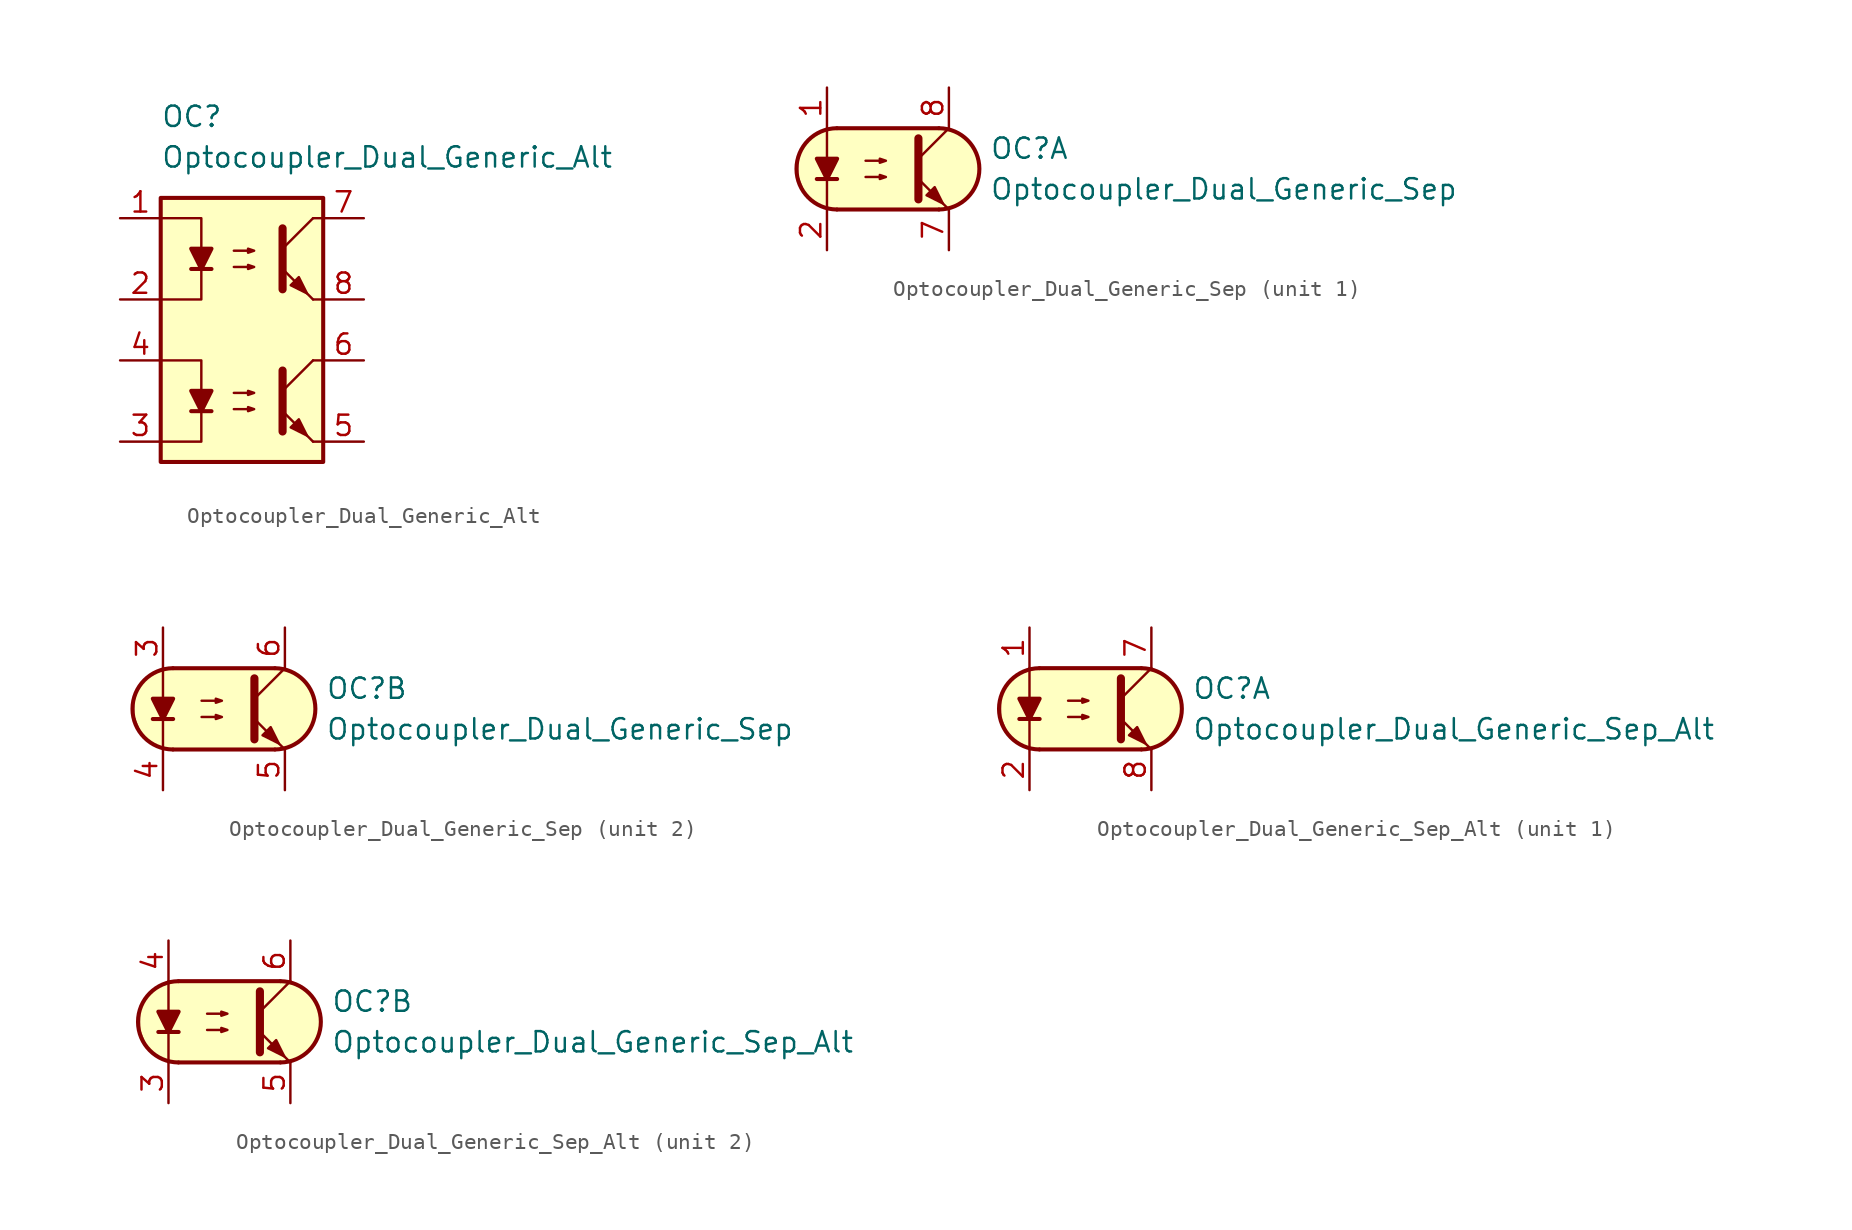
<source format=kicad_sym>
(kicad_symbol_lib
  (version 20211014)
  (generator kicad_symbol_editor)
  (symbol "Optocoupler_AKL:Optocoupler_Dual_Generic_Alt"
    (pin_names
      (offset 1.016))
    (property "Reference" "OC"
      (at -5.08 8.89 0)
      (effects (font (size 1.27 1.27)) (justify left)))
    (property "Value" "Optocoupler_Dual_Generic_Alt"
      (at -5.08 6.35 0)
      (effects (font (size 1.27 1.27)) (justify left)))
    (symbol "Optocoupler_Dual_Generic_Alt_0_1"
      (rectangle (start -5.08 3.81) (end 5.08 -12.7) (stroke (width 0.254) (type default) (color 0 0 0 0)) (fill (type background)))
      (polyline (pts (xy -3.175 -0.635) (xy -1.905 -0.635)) (stroke (width 0.254) (type default) (color 0 0 0 0)) (fill (type none)))
      (polyline (pts (xy 2.54 0.635) (xy 4.445 2.54)) (stroke (width 0) (type default) (color 0 0 0 0)) (fill (type none)))
      (polyline (pts (xy 4.445 -2.54) (xy 2.54 -0.635)) (stroke (width 0) (type default) (color 0 0 0 0)) (fill (type outline)))
      (polyline (pts (xy 4.445 -2.54) (xy 5.08 -2.54)) (stroke (width 0) (type default) (color 0 0 0 0)) (fill (type none)))
      (polyline (pts (xy 4.445 2.54) (xy 5.08 2.54)) (stroke (width 0) (type default) (color 0 0 0 0)) (fill (type none)))
      (polyline (pts (xy -5.08 2.54) (xy -2.54 2.54) (xy -2.54 -0.635)) (stroke (width 0) (type default) (color 0 0 0 0)) (fill (type none)))
      (polyline (pts (xy -2.54 -0.635) (xy -2.54 -2.54) (xy -5.08 -2.54)) (stroke (width 0) (type default) (color 0 0 0 0)) (fill (type none)))
      (polyline (pts (xy 2.54 1.905) (xy 2.54 -1.905) (xy 2.54 -1.905)) (stroke (width 0.508) (type default) (color 0 0 0 0)) (fill (type none)))
      (polyline (pts (xy -2.54 -0.635) (xy -3.175 0.635) (xy -1.905 0.635) (xy -2.54 -0.635)) (stroke (width 0.254) (type default) (color 0 0 0 0)) (fill (type outline)))
      (polyline (pts (xy -0.508 -0.508) (xy 0.762 -0.508) (xy 0.381 -0.635) (xy 0.381 -0.381) (xy 0.762 -0.508)) (stroke (width 0) (type default) (color 0 0 0 0)) (fill (type none)))
      (polyline (pts (xy -0.508 0.508) (xy 0.762 0.508) (xy 0.381 0.381) (xy 0.381 0.635) (xy 0.762 0.508)) (stroke (width 0) (type default) (color 0 0 0 0)) (fill (type none)))
      (polyline (pts (xy 3.048 -1.651) (xy 3.556 -1.143) (xy 4.064 -2.159) (xy 3.048 -1.651) (xy 3.048 -1.651)) (stroke (width 0) (type default) (color 0 0 0 0)) (fill (type outline))))
    (symbol "Optocoupler_Dual_Generic_Alt_1_1"
      (polyline (pts (xy -3.175 -9.525) (xy -1.905 -9.525)) (stroke (width 0.254) (type default) (color 0 0 0 0)) (fill (type none)))
      (polyline (pts (xy 2.54 -8.255) (xy 4.445 -6.35)) (stroke (width 0) (type default) (color 0 0 0 0)) (fill (type none)))
      (polyline (pts (xy 4.445 -11.43) (xy 2.54 -9.525)) (stroke (width 0) (type default) (color 0 0 0 0)) (fill (type outline)))
      (polyline (pts (xy 4.445 -11.43) (xy 5.08 -11.43)) (stroke (width 0) (type default) (color 0 0 0 0)) (fill (type none)))
      (polyline (pts (xy 4.445 -6.35) (xy 5.08 -6.35)) (stroke (width 0) (type default) (color 0 0 0 0)) (fill (type none)))
      (polyline (pts (xy -5.08 -6.35) (xy -2.54 -6.35) (xy -2.54 -9.525)) (stroke (width 0) (type default) (color 0 0 0 0)) (fill (type none)))
      (polyline (pts (xy -2.54 -9.525) (xy -2.54 -11.43) (xy -5.08 -11.43)) (stroke (width 0) (type default) (color 0 0 0 0)) (fill (type none)))
      (polyline (pts (xy 2.54 -6.985) (xy 2.54 -10.795) (xy 2.54 -10.795)) (stroke (width 0.508) (type default) (color 0 0 0 0)) (fill (type none)))
      (polyline (pts (xy -2.54 -9.525) (xy -3.175 -8.255) (xy -1.905 -8.255) (xy -2.54 -9.525)) (stroke (width 0.254) (type default) (color 0 0 0 0)) (fill (type outline)))
      (polyline (pts (xy -0.508 -9.398) (xy 0.762 -9.398) (xy 0.381 -9.525) (xy 0.381 -9.271) (xy 0.762 -9.398)) (stroke (width 0) (type default) (color 0 0 0 0)) (fill (type none)))
      (polyline (pts (xy -0.508 -8.382) (xy 0.762 -8.382) (xy 0.381 -8.509) (xy 0.381 -8.255) (xy 0.762 -8.382)) (stroke (width 0) (type default) (color 0 0 0 0)) (fill (type none)))
      (polyline (pts (xy 3.048 -10.541) (xy 3.556 -10.033) (xy 4.064 -11.049) (xy 3.048 -10.541) (xy 3.048 -10.541)) (stroke (width 0) (type default) (color 0 0 0 0)) (fill (type outline)))
      (pin passive line (at -7.62 2.54 0) (length 2.54) (name "~" (effects (font (size 1.27 1.27)))) (number "1" (effects (font (size 1.27 1.27)))))
      (pin passive line (at -7.62 -2.54 0) (length 2.54) (name "~" (effects (font (size 1.27 1.27)))) (number "2" (effects (font (size 1.27 1.27)))))
      (pin passive line (at -7.62 -11.43 0) (length 2.54) (name "~" (effects (font (size 1.27 1.27)))) (number "3" (effects (font (size 1.27 1.27)))))
      (pin passive line (at -7.62 -6.35 0) (length 2.54) (name "~" (effects (font (size 1.27 1.27)))) (number "4" (effects (font (size 1.27 1.27)))))
      (pin passive line (at 7.62 -11.43 180) (length 2.54) (name "~" (effects (font (size 1.27 1.27)))) (number "5" (effects (font (size 1.27 1.27)))))
      (pin passive line (at 7.62 -6.35 180) (length 2.54) (name "~" (effects (font (size 1.27 1.27)))) (number "6" (effects (font (size 1.27 1.27)))))
      (pin passive line (at 7.62 2.54 180) (length 2.54) (name "~" (effects (font (size 1.27 1.27)))) (number "7" (effects (font (size 1.27 1.27)))))
      (pin passive line (at 7.62 -2.54 180) (length 2.54) (name "~" (effects (font (size 1.27 1.27)))) (number "8" (effects (font (size 1.27 1.27)))))))
  (symbol "Optocoupler_AKL:Optocoupler_Dual_Generic_Sep"
    (pin_names
      (offset 1.016))
    (property "Reference" "OC"
      (at 6.35 1.27 0)
      (effects (font (size 1.27 1.27)) (justify left)))
    (property "Value" "Optocoupler_Dual_Generic_Sep"
      (at 6.35 -1.27 0)
      (effects (font (size 1.27 1.27)) (justify left)))
    (property "ki_locked" ""
      (at 0 0 0)
      (effects (font (size 1.27 1.27))))
    (symbol "Optocoupler_Dual_Generic_Sep_0_1"
      (arc (start -3.1975 2.54) (mid -5.7151 0) (end -3.1975 -2.54) (stroke (width 0.254) (type default) (color 0 0 0 0)) (fill (type none)))
      (polyline (pts (xy -4.445 -0.635) (xy -3.175 -0.635)) (stroke (width 0.254) (type default) (color 0 0 0 0)) (fill (type none)))
      (polyline (pts (xy -3.175 2.54) (xy 3.175 2.54)) (stroke (width 0.254) (type default) (color 0 0 0 0)) (fill (type none)))
      (polyline (pts (xy 1.905 0.635) (xy 3.81 2.54)) (stroke (width 0) (type default) (color 0 0 0 0)) (fill (type none)))
      (polyline (pts (xy 3.175 -2.54) (xy -3.175 -2.54)) (stroke (width 0.254) (type default) (color 0 0 0 0)) (fill (type none)))
      (polyline (pts (xy 3.81 -2.54) (xy 1.905 -0.635)) (stroke (width 0) (type default) (color 0 0 0 0)) (fill (type outline)))
      (polyline (pts (xy -3.81 -2.54) (xy -3.81 -1.27) (xy -3.81 2.54)) (stroke (width 0.152) (type default) (color 0 0 0 0)) (fill (type none)))
      (polyline (pts (xy 1.905 1.905) (xy 1.905 -1.905) (xy 1.905 -1.905)) (stroke (width 0.508) (type default) (color 0 0 0 0)) (fill (type none)))
      (polyline (pts (xy -3.81 -0.635) (xy -4.445 0.635) (xy -3.175 0.635) (xy -3.81 -0.635)) (stroke (width 0.254) (type default) (color 0 0 0 0)) (fill (type outline)))
      (polyline (pts (xy -1.397 -0.508) (xy -0.127 -0.508) (xy -0.508 -0.635) (xy -0.508 -0.381) (xy -0.127 -0.508)) (stroke (width 0) (type default) (color 0 0 0 0)) (fill (type none)))
      (polyline (pts (xy -1.397 0.508) (xy -0.127 0.508) (xy -0.508 0.381) (xy -0.508 0.635) (xy -0.127 0.508)) (stroke (width 0) (type default) (color 0 0 0 0)) (fill (type none)))
      (polyline (pts (xy 2.413 -1.651) (xy 2.921 -1.143) (xy 3.429 -2.159) (xy 2.413 -1.651) (xy 2.413 -1.651)) (stroke (width 0) (type default) (color 0 0 0 0)) (fill (type outline)))
      (polyline (pts (xy -2.54 2.54) (xy 3.429 2.54) (xy 4.318 2.286) (xy 4.699 2.032) (xy 5.08 1.651) (xy 5.461 1.016) (xy 5.715 0.381) (xy 5.715 -0.381) (xy 5.461 -1.143) (xy 4.826 -1.905) (xy 4.191 -2.286) (xy 3.302 -2.54) (xy -3.81 -2.54) (xy -3.81 -2.54) (xy -4.572 -2.032) (xy -5.08 -1.778) (xy -5.588 -0.508) (xy -5.588 0.254) (xy -5.588 1.016) (xy -5.08 1.778) (xy -4.318 2.286) (xy -3.556 2.54) (xy -2.54 2.54)) (stroke (width 0.01) (type default) (color 0 0 0 0)) (fill (type background)))
      (arc (start 3.1975 -2.54) (mid 5.7151 0) (end 3.1975 2.54) (stroke (width 0.254) (type default) (color 0 0 0 0)) (fill (type none))))
    (symbol "Optocoupler_Dual_Generic_Sep_1_1"
      (pin passive line (at -3.81 5.08 270) (length 2.54) (name "~" (effects (font (size 1.27 1.27)))) (number "1" (effects (font (size 1.27 1.27)))))
      (pin passive line (at -3.81 -5.08 90) (length 2.54) (name "~" (effects (font (size 1.27 1.27)))) (number "2" (effects (font (size 1.27 1.27)))))
      (pin passive line (at 3.81 -5.08 90) (length 2.54) (name "~" (effects (font (size 1.27 1.27)))) (number "7" (effects (font (size 1.27 1.27)))))
      (pin passive line (at 3.81 5.08 270) (length 2.54) (name "~" (effects (font (size 1.27 1.27)))) (number "8" (effects (font (size 1.27 1.27))))))
    (symbol "Optocoupler_Dual_Generic_Sep_2_1"
      (pin passive line (at -3.81 5.08 270) (length 2.54) (name "~" (effects (font (size 1.27 1.27)))) (number "3" (effects (font (size 1.27 1.27)))))
      (pin passive line (at -3.81 -5.08 90) (length 2.54) (name "~" (effects (font (size 1.27 1.27)))) (number "4" (effects (font (size 1.27 1.27)))))
      (pin passive line (at 3.81 -5.08 90) (length 2.54) (name "~" (effects (font (size 1.27 1.27)))) (number "5" (effects (font (size 1.27 1.27)))))
      (pin passive line (at 3.81 5.08 270) (length 2.54) (name "~" (effects (font (size 1.27 1.27)))) (number "6" (effects (font (size 1.27 1.27)))))))
  (symbol "Optocoupler_AKL:Optocoupler_Dual_Generic_Sep_Alt"
    (pin_names
      (offset 1.016))
    (property "Reference" "OC"
      (at 6.35 1.27 0)
      (effects (font (size 1.27 1.27)) (justify left)))
    (property "Value" "Optocoupler_Dual_Generic_Sep_Alt"
      (at 6.35 -1.27 0)
      (effects (font (size 1.27 1.27)) (justify left)))
    (property "ki_locked" ""
      (at 0 0 0)
      (effects (font (size 1.27 1.27))))
    (symbol "Optocoupler_Dual_Generic_Sep_Alt_0_1"
      (arc (start -3.1975 2.54) (mid -5.7151 0) (end -3.1975 -2.54) (stroke (width 0.254) (type default) (color 0 0 0 0)) (fill (type none)))
      (polyline (pts (xy -4.445 -0.635) (xy -3.175 -0.635)) (stroke (width 0.254) (type default) (color 0 0 0 0)) (fill (type none)))
      (polyline (pts (xy -3.175 2.54) (xy 3.175 2.54)) (stroke (width 0.254) (type default) (color 0 0 0 0)) (fill (type none)))
      (polyline (pts (xy 1.905 0.635) (xy 3.81 2.54)) (stroke (width 0) (type default) (color 0 0 0 0)) (fill (type none)))
      (polyline (pts (xy 3.175 -2.54) (xy -3.175 -2.54)) (stroke (width 0.254) (type default) (color 0 0 0 0)) (fill (type none)))
      (polyline (pts (xy 3.81 -2.54) (xy 1.905 -0.635)) (stroke (width 0) (type default) (color 0 0 0 0)) (fill (type outline)))
      (polyline (pts (xy -3.81 -2.54) (xy -3.81 -1.27) (xy -3.81 2.54)) (stroke (width 0.152) (type default) (color 0 0 0 0)) (fill (type none)))
      (polyline (pts (xy 1.905 1.905) (xy 1.905 -1.905) (xy 1.905 -1.905)) (stroke (width 0.508) (type default) (color 0 0 0 0)) (fill (type none)))
      (polyline (pts (xy -3.81 -0.635) (xy -4.445 0.635) (xy -3.175 0.635) (xy -3.81 -0.635)) (stroke (width 0.254) (type default) (color 0 0 0 0)) (fill (type outline)))
      (polyline (pts (xy -1.397 -0.508) (xy -0.127 -0.508) (xy -0.508 -0.635) (xy -0.508 -0.381) (xy -0.127 -0.508)) (stroke (width 0) (type default) (color 0 0 0 0)) (fill (type none)))
      (polyline (pts (xy -1.397 0.508) (xy -0.127 0.508) (xy -0.508 0.381) (xy -0.508 0.635) (xy -0.127 0.508)) (stroke (width 0) (type default) (color 0 0 0 0)) (fill (type none)))
      (polyline (pts (xy 2.413 -1.651) (xy 2.921 -1.143) (xy 3.429 -2.159) (xy 2.413 -1.651) (xy 2.413 -1.651)) (stroke (width 0) (type default) (color 0 0 0 0)) (fill (type outline)))
      (polyline (pts (xy -2.54 2.54) (xy 3.429 2.54) (xy 4.318 2.286) (xy 4.699 2.032) (xy 5.08 1.651) (xy 5.461 1.016) (xy 5.715 0.381) (xy 5.715 -0.381) (xy 5.461 -1.143) (xy 4.826 -1.905) (xy 4.191 -2.286) (xy 3.302 -2.54) (xy -3.81 -2.54) (xy -3.81 -2.54) (xy -4.572 -2.032) (xy -5.08 -1.778) (xy -5.588 -0.508) (xy -5.588 0.254) (xy -5.588 1.016) (xy -5.08 1.778) (xy -4.318 2.286) (xy -3.556 2.54) (xy -2.54 2.54)) (stroke (width 0.01) (type default) (color 0 0 0 0)) (fill (type background)))
      (arc (start 3.1975 -2.54) (mid 5.7151 0) (end 3.1975 2.54) (stroke (width 0.254) (type default) (color 0 0 0 0)) (fill (type none))))
    (symbol "Optocoupler_Dual_Generic_Sep_Alt_1_1"
      (pin passive line (at -3.81 5.08 270) (length 2.54) (name "~" (effects (font (size 1.27 1.27)))) (number "1" (effects (font (size 1.27 1.27)))))
      (pin passive line (at -3.81 -5.08 90) (length 2.54) (name "~" (effects (font (size 1.27 1.27)))) (number "2" (effects (font (size 1.27 1.27)))))
      (pin passive line (at 3.81 5.08 270) (length 2.54) (name "~" (effects (font (size 1.27 1.27)))) (number "7" (effects (font (size 1.27 1.27)))))
      (pin passive line (at 3.81 -5.08 90) (length 2.54) (name "~" (effects (font (size 1.27 1.27)))) (number "8" (effects (font (size 1.27 1.27))))))
    (symbol "Optocoupler_Dual_Generic_Sep_Alt_2_1"
      (pin passive line (at -3.81 -5.08 90) (length 2.54) (name "~" (effects (font (size 1.27 1.27)))) (number "3" (effects (font (size 1.27 1.27)))))
      (pin passive line (at -3.81 5.08 270) (length 2.54) (name "~" (effects (font (size 1.27 1.27)))) (number "4" (effects (font (size 1.27 1.27)))))
      (pin passive line (at 3.81 -5.08 90) (length 2.54) (name "~" (effects (font (size 1.27 1.27)))) (number "5" (effects (font (size 1.27 1.27)))))
      (pin passive line (at 3.81 5.08 270) (length 2.54) (name "~" (effects (font (size 1.27 1.27)))) (number "6" (effects (font (size 1.27 1.27))))))))
</source>
